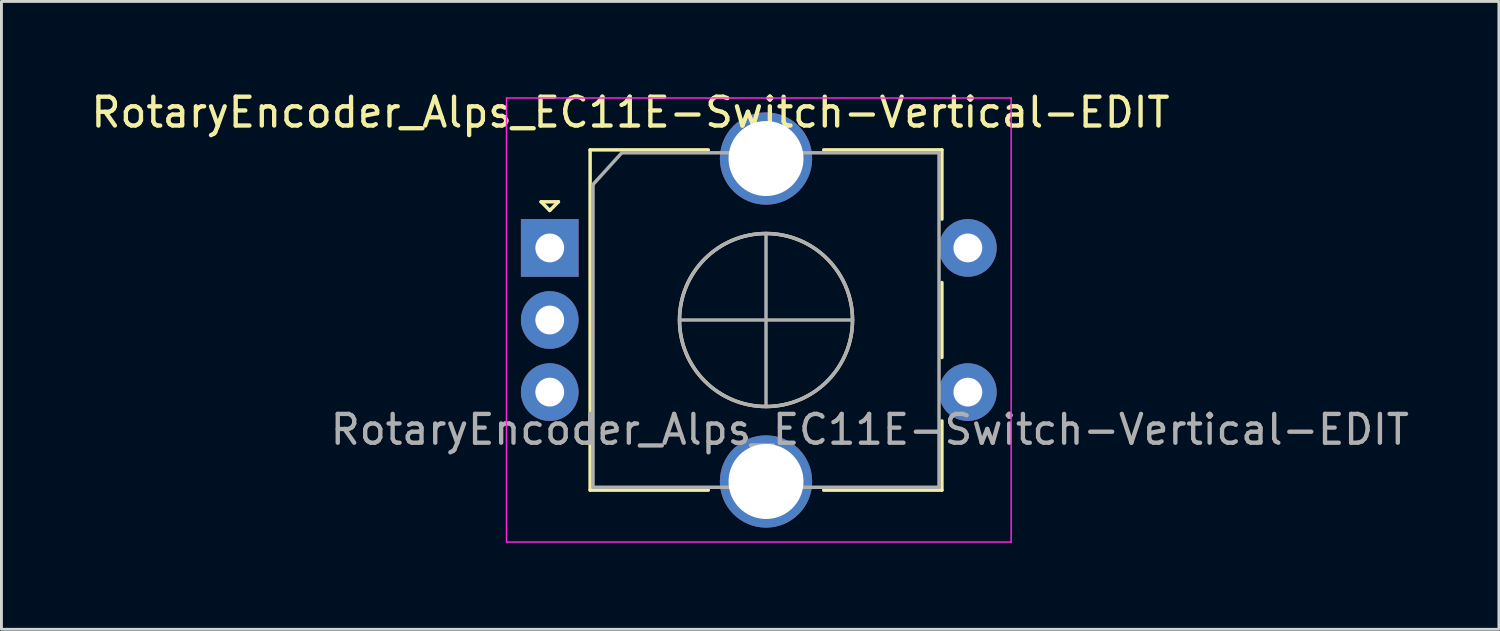
<source format=kicad_pcb>
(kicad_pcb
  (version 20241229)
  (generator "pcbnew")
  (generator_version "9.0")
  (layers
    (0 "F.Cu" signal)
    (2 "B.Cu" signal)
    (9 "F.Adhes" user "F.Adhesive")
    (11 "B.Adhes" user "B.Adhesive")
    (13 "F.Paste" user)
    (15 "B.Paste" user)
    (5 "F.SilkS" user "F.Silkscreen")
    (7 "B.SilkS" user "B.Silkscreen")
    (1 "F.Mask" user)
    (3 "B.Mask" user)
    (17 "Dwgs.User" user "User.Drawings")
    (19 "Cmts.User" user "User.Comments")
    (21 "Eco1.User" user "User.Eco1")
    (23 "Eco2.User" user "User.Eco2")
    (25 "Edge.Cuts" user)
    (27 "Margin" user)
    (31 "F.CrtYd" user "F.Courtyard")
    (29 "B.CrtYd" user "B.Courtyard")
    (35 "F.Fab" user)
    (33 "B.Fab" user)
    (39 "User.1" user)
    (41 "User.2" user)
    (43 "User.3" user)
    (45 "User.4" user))
  (footprint "RotaryEncoder_Alps_EC11E-Switch-Vertical-EDIT"
    (layer "F.Cu")
    (at 23.515 8.048)
    (property "Reference" "RotaryEncoder_Alps_EC11E-Switch-Vertical-EDIT" (at -4.7 -7.2 0) (layer "F.SilkS") (effects (font (size 1 1) (thickness 0.15))))
    (attr through_hole)
    (fp_line (start -7.8 -4.1) (end -7.2 -4.1) (stroke (width 0.12) (type solid)) (layer "F.SilkS"))
    (fp_line (start -7.5 -3.8) (end -7.8 -4.1) (stroke (width 0.12) (type solid)) (layer "F.SilkS"))
    (fp_line (start -7.2 -4.1) (end -7.5 -3.8) (stroke (width 0.12) (type solid)) (layer "F.SilkS"))
    (fp_line (start -6.1 -5.9) (end -6.1 5.9) (stroke (width 0.12) (type solid)) (layer "F.SilkS"))
    (fp_line (start -2 -5.9) (end -6.1 -5.9) (stroke (width 0.12) (type solid)) (layer "F.SilkS"))
    (fp_line (start -2 5.9) (end -6.1 5.9) (stroke (width 0.12) (type solid)) (layer "F.SilkS"))
    (fp_line (start 2 -5.9) (end 6.1 -5.9) (stroke (width 0.12) (type solid)) (layer "F.SilkS"))
    (fp_line (start 6.1 -5.9) (end 6.1 -3.5) (stroke (width 0.12) (type solid)) (layer "F.SilkS"))
    (fp_line (start 6.1 -1.3) (end 6.1 1.3) (stroke (width 0.12) (type solid)) (layer "F.SilkS"))
    (fp_line (start 6.1 3.5) (end 6.1 5.9) (stroke (width 0.12) (type solid)) (layer "F.SilkS"))
    (fp_line (start 6.1 5.9) (end 2 5.9) (stroke (width 0.12) (type solid)) (layer "F.SilkS"))
    (fp_circle (center 0 0) (end 3 0) (stroke (width 0.12) (type solid)) (fill no) (layer "F.SilkS"))
    (fp_line (start -9 -7.7) (end -9 7.7) (stroke (width 0.05) (type solid)) (layer "F.CrtYd"))
    (fp_line (start -9 -7.7) (end 8.5 -7.7) (stroke (width 0.05) (type solid)) (layer "F.CrtYd"))
    (fp_line (start 8.5 7.7) (end -9 7.7) (stroke (width 0.05) (type solid)) (layer "F.CrtYd"))
    (fp_line (start 8.5 7.7) (end 8.5 -7.7) (stroke (width 0.05) (type solid)) (layer "F.CrtYd"))
    (fp_line (start -6 -4.7) (end -5 -5.8) (stroke (width 0.12) (type solid)) (layer "F.Fab"))
    (fp_line (start -6 5.8) (end -6 -4.7) (stroke (width 0.12) (type solid)) (layer "F.Fab"))
    (fp_line (start -5 -5.8) (end 6 -5.8) (stroke (width 0.12) (type solid)) (layer "F.Fab"))
    (fp_line (start -3 0) (end 3 0) (stroke (width 0.12) (type solid)) (layer "F.Fab"))
    (fp_line (start 0 -3) (end 0 3) (stroke (width 0.12) (type solid)) (layer "F.Fab"))
    (fp_line (start 6 -5.8) (end 6 5.8) (stroke (width 0.12) (type solid)) (layer "F.Fab"))
    (fp_line (start 6 5.8) (end -6 5.8) (stroke (width 0.12) (type solid)) (layer "F.Fab"))
    (fp_circle (center 0 0) (end 3 0) (stroke (width 0.12) (type solid)) (fill no) (layer "F.Fab"))
    (fp_text user "${REFERENCE}" (at 3.6 3.8 0) (layer "F.Fab") (effects (font (size 1 1) (thickness 0.15))))
    (pad "A" thru_hole rect (at -7.5 -2.5) (size 2 2) (drill 1) (layers "*.Cu" "*.Mask"))
    (pad "B" thru_hole circle (at -7.5 2.5) (size 2 2) (drill 1) (layers "*.Cu" "*.Mask"))
    (pad "C" thru_hole circle (at -7.5 0) (size 2 2) (drill 1) (layers "*.Cu" "*.Mask"))
    (pad "MP" thru_hole circle (at 0 -5.6) (size 3.2 3.2) (drill 2.6) (layers "*.Cu" "*.Mask"))
    (pad "MP" thru_hole circle (at 0 5.6) (size 3.2 3.2) (drill 2.6) (layers "*.Cu" "*.Mask"))
    (pad "S1" thru_hole circle (at 7 2.5) (size 2 2) (drill 1) (layers "*.Cu" "*.Mask"))
    (pad "S2" thru_hole circle (at 7 -2.5) (size 2 2) (drill 1) (layers "*.Cu" "*.Mask")))
  (gr_rect
    (start -3 -3)
    (end 48.931 18.773)
    (stroke (width 0.1) (type default))
    (fill no)
    (layer "Edge.Cuts")))
</source>
